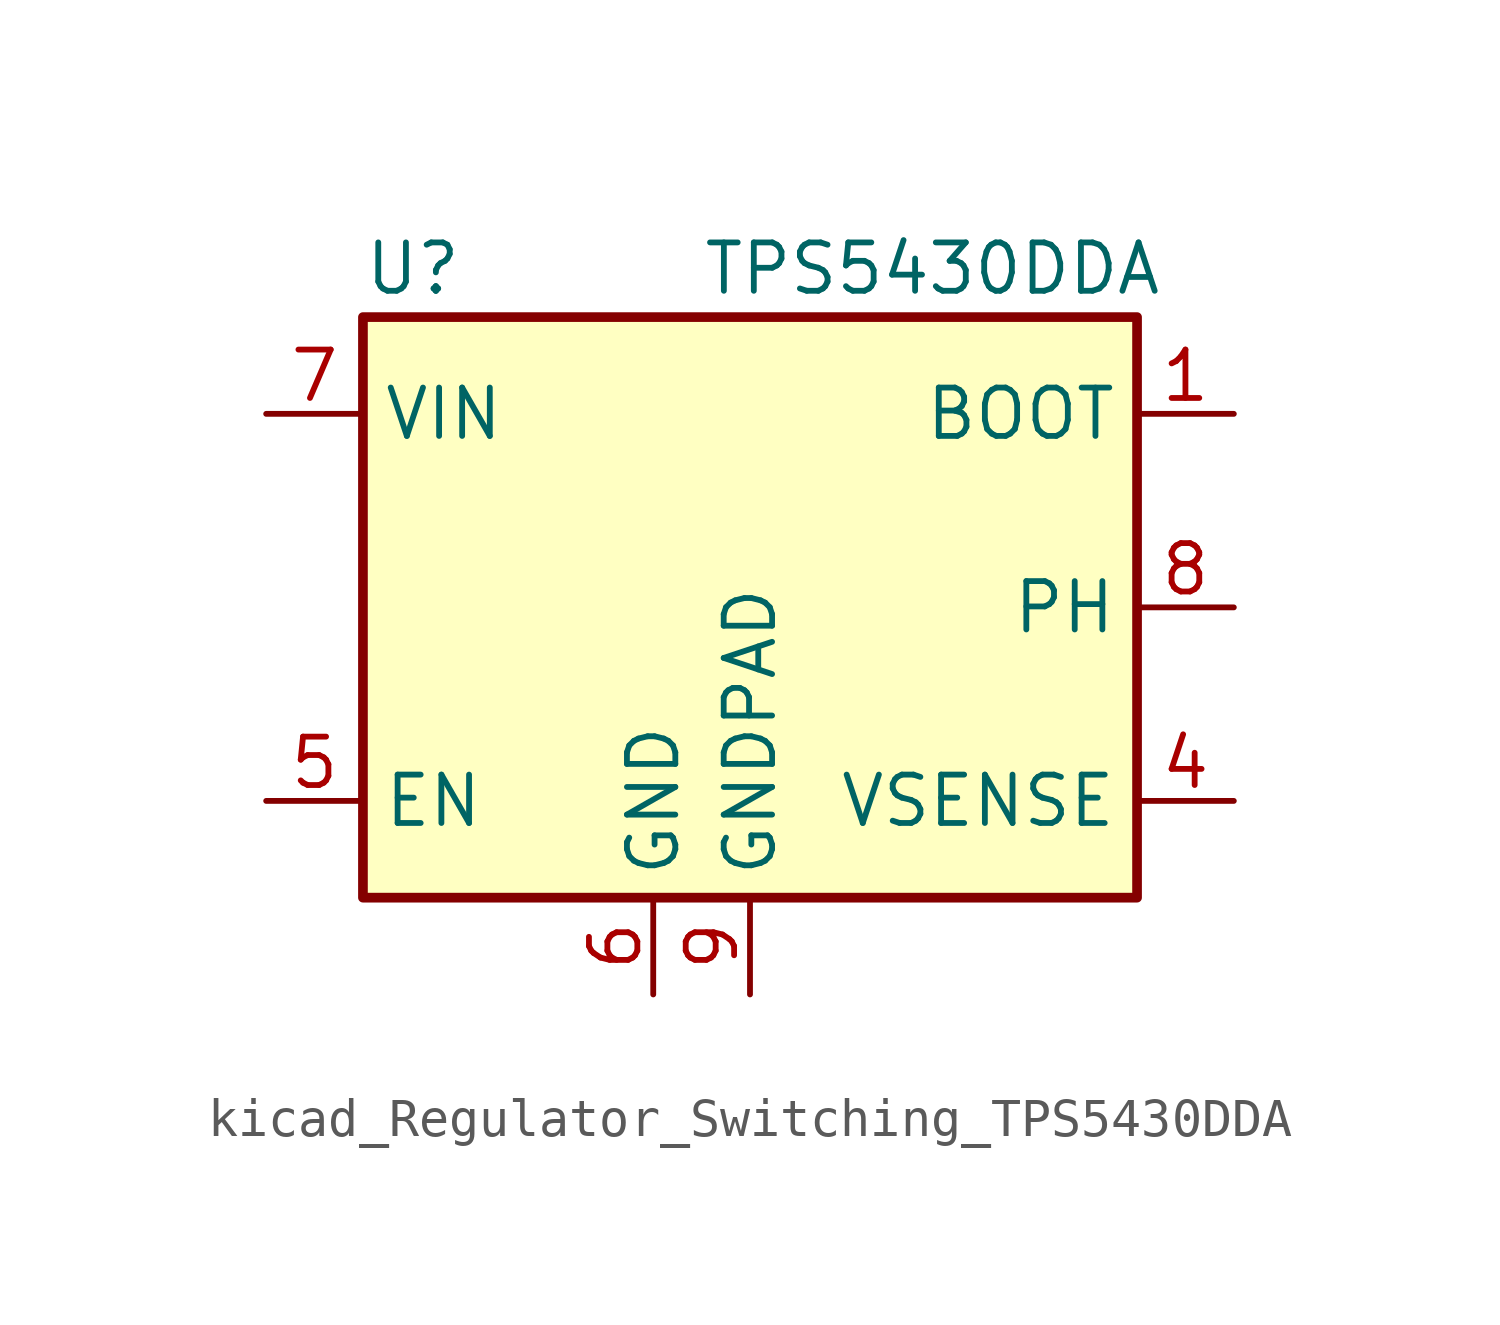
<source format=kicad_sym>
(kicad_symbol_lib
  (version 20220914)
  (generator kicad_symbol_editor)
  (symbol "kicad_Regulator_Switching_TPS5430DDA"
    (property "Reference" "U"
      (at -10.16 8.89 0)
      (effects (font (size 1.27 1.27)) (justify left)))
    (property "Value" "TPS5430DDA"
      (at -1.27 8.89 0)
      (effects (font (size 1.27 1.27)) (justify left)))
    (symbol "kicad_Regulator_Switching_TPS5430DDA_0_1"
      (rectangle (start -10.16 7.62) (end 10.16 -7.62) (stroke (width 0.254) (type default)) (fill (type background))))
    (symbol "kicad_Regulator_Switching_TPS5430DDA_1_1"
      (pin input line (at 12.7 5.08 180) (length 2.54) (name "BOOT" (effects (font (size 1.27 1.27)))) (number "1" (effects (font (size 1.27 1.27)))))
      (pin no_connect line (at -10.16 2.54 0) (length 2.54) hide (name "NC" (effects (font (size 1.27 1.27)))) (number "2" (effects (font (size 1.27 1.27)))))
      (pin no_connect line (at -10.16 -2.54 0) (length 2.54) hide (name "NC" (effects (font (size 1.27 1.27)))) (number "3" (effects (font (size 1.27 1.27)))))
      (pin input line (at 12.7 -5.08 180) (length 2.54) (name "VSENSE" (effects (font (size 1.27 1.27)))) (number "4" (effects (font (size 1.27 1.27)))))
      (pin input line (at -12.7 -5.08 0) (length 2.54) (name "EN" (effects (font (size 1.27 1.27)))) (number "5" (effects (font (size 1.27 1.27)))))
      (pin power_in line (at -2.54 -10.16 90) (length 2.54) (name "GND" (effects (font (size 1.27 1.27)))) (number "6" (effects (font (size 1.27 1.27)))))
      (pin power_in line (at -12.7 5.08 0) (length 2.54) (name "VIN" (effects (font (size 1.27 1.27)))) (number "7" (effects (font (size 1.27 1.27)))))
      (pin output line (at 12.7 0 180) (length 2.54) (name "PH" (effects (font (size 1.27 1.27)))) (number "8" (effects (font (size 1.27 1.27)))))
      (pin power_in line (at 0 -10.16 90) (length 2.54) (name "GNDPAD" (effects (font (size 1.27 1.27)))) (number "9" (effects (font (size 1.27 1.27))))))))
</source>
